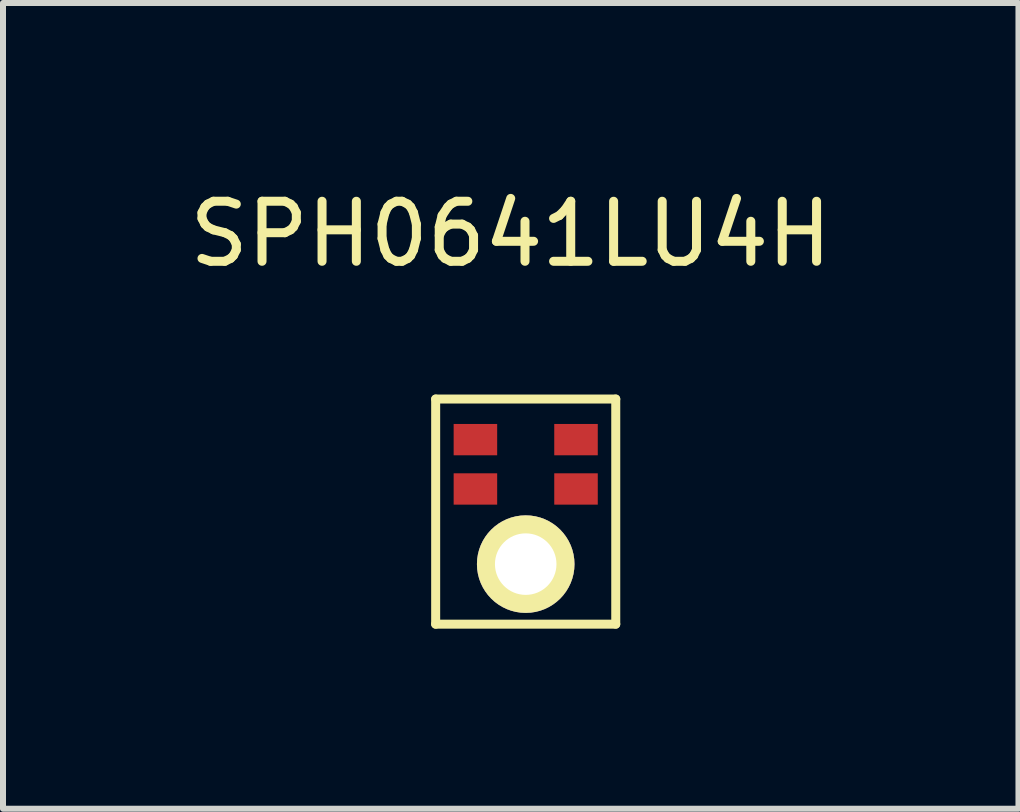
<source format=kicad_pcb>
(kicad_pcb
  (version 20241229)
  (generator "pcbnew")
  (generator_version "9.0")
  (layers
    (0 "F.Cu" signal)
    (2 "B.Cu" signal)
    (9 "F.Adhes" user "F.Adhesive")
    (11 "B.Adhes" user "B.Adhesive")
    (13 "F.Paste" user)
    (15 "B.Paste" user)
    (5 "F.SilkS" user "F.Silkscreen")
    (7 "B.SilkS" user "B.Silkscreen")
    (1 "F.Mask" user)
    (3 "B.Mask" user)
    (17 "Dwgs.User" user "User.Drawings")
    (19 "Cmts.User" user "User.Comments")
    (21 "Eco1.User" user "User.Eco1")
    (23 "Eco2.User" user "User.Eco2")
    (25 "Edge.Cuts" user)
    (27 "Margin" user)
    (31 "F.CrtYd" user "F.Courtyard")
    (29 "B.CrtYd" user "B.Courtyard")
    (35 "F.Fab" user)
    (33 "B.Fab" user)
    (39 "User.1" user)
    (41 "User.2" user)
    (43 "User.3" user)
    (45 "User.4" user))
  (footprint "SPH0641LU4H"
    (layer "F.Cu")
    (at 5.708 6.348)
    (property "Reference" "SPH0641LU4H" (at -0.25 -5.5 0) (layer "F.SilkS") (effects (font (size 1 1) (thickness 0.15))))
    (attr through_hole)
    (fp_line (start -1.5 -2.75) (end 1.5 -2.75) (stroke (width 0.15) (type solid)) (layer "F.SilkS"))
    (fp_line (start -1.5 1) (end -1.5 -2.75) (stroke (width 0.15) (type solid)) (layer "F.SilkS"))
    (fp_line (start 1.5 -2.75) (end 1.5 1) (stroke (width 0.15) (type solid)) (layer "F.SilkS"))
    (fp_line (start 1.5 1) (end -1.5 1) (stroke (width 0.15) (type solid)) (layer "F.SilkS"))
    (pad "1" smd rect (at -0.838 -2.074) (size 0.725 0.522) (layers "F.Cu" "F.Mask" "F.Paste"))
    (pad "2" smd rect (at -0.838 -1.252) (size 0.725 0.522) (layers "F.Cu" "F.Mask" "F.Paste"))
    (pad "3" thru_hole circle (at 0 0) (size 1.625 1.625) (drill 1.025) (layers "*.Cu" "*.Mask" "F.SilkS"))
    (pad "4" smd rect (at 0.838 -1.252) (size 0.725 0.522) (layers "F.Cu" "F.Mask" "F.Paste"))
    (pad "5" smd rect (at 0.838 -2.074) (size 0.725 0.522) (layers "F.Cu" "F.Mask" "F.Paste")))
  (gr_rect
    (start -3 -3)
    (end 13.917 10.423)
    (stroke (width 0.1) (type default))
    (fill no)
    (layer "Edge.Cuts")))
</source>
